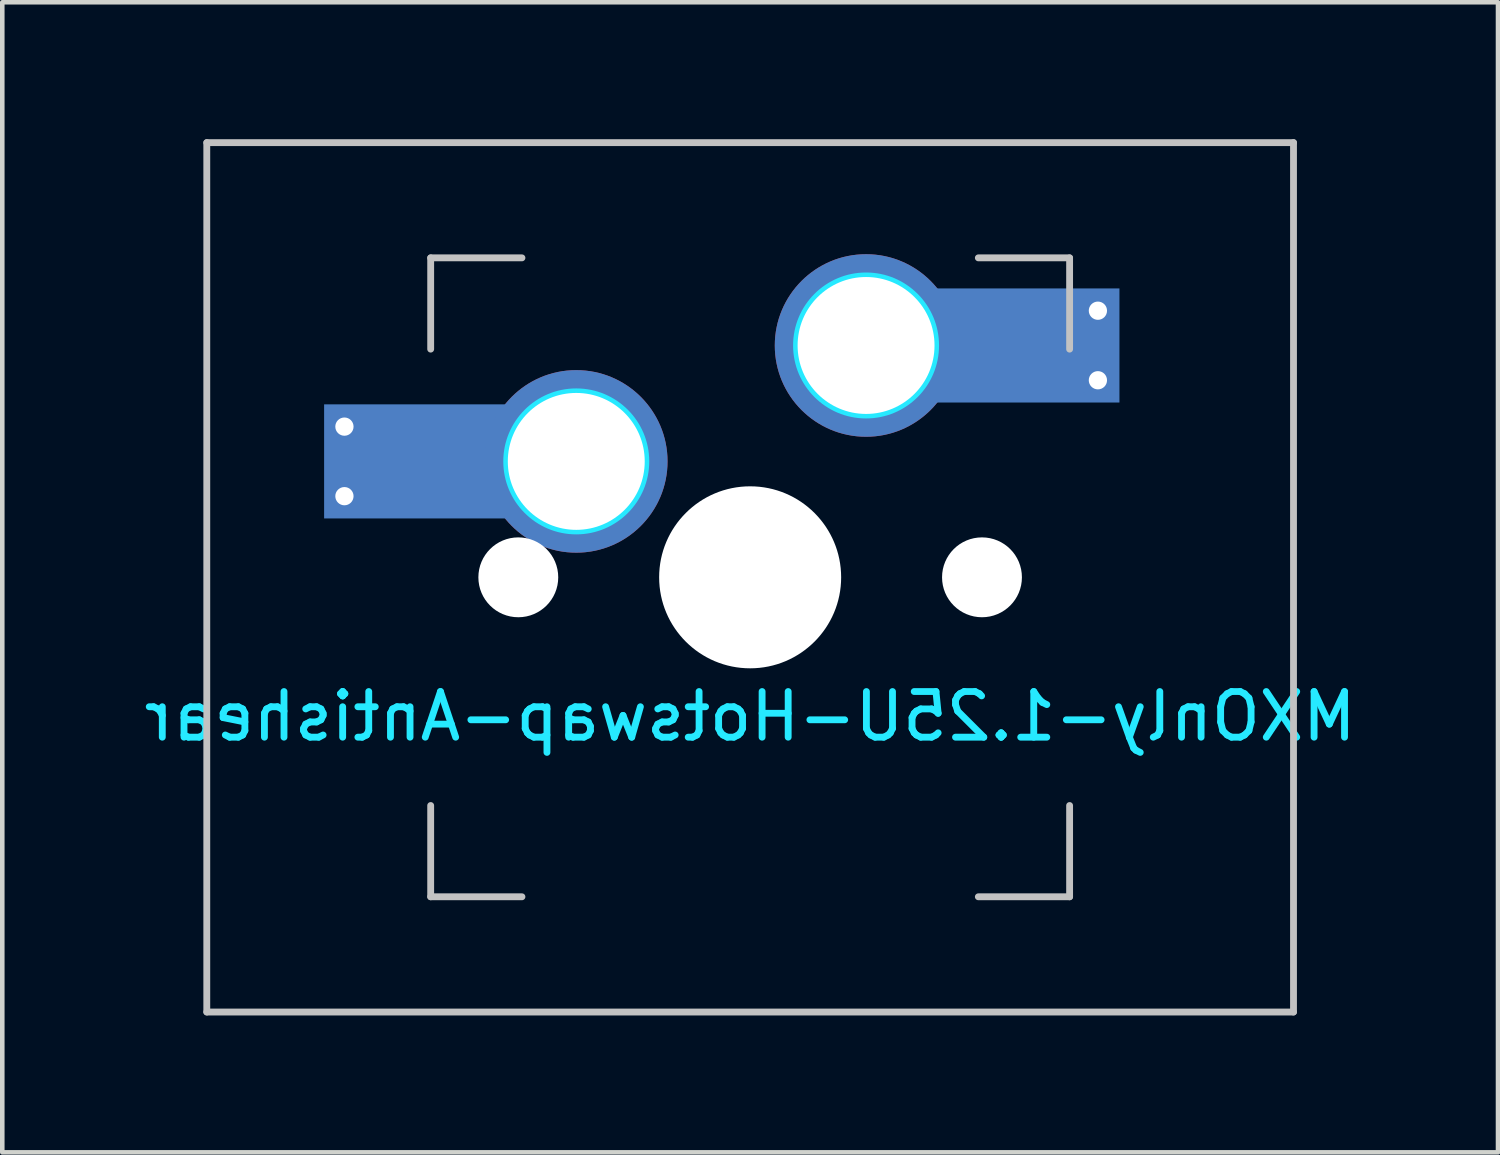
<source format=kicad_pcb>
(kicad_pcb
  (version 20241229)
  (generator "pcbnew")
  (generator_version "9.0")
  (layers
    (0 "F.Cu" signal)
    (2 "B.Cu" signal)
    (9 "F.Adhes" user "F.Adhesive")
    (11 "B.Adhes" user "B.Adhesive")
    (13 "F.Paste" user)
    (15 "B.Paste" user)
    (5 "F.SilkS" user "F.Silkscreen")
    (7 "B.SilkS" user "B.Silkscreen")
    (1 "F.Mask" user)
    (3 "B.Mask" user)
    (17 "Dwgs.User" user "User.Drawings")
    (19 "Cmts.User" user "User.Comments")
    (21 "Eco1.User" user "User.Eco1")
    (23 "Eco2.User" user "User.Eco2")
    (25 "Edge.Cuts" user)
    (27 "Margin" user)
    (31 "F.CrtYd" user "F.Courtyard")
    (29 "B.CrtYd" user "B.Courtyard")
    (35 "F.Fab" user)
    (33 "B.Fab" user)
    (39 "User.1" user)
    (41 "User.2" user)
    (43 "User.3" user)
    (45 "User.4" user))
  (footprint "MXOnly-1.25U-Hotswap-Antishear"
    (layer "F.Cu")
    (at 13.387 9.6)
    (property "Reference" "MXOnly-1.25U-Hotswap-Antishear" (at 0 3.048 0) (layer "B.CrtYd") (effects (font (size 1 1) (thickness 0.15)) (justify mirror)))
    (attr smd)
    (fp_line (start -11.906 -9.525) (end 11.906 -9.525) (stroke (width 0.15) (type solid)) (layer "Dwgs.User"))
    (fp_line (start -11.906 9.525) (end -11.906 -9.525) (stroke (width 0.15) (type solid)) (layer "Dwgs.User"))
    (fp_line (start -7 -7) (end -7 -5) (stroke (width 0.15) (type solid)) (layer "Dwgs.User"))
    (fp_line (start -7 5) (end -7 7) (stroke (width 0.15) (type solid)) (layer "Dwgs.User"))
    (fp_line (start -7 7) (end -5 7) (stroke (width 0.15) (type solid)) (layer "Dwgs.User"))
    (fp_line (start -5 -7) (end -7 -7) (stroke (width 0.15) (type solid)) (layer "Dwgs.User"))
    (fp_line (start 5 -7) (end 7 -7) (stroke (width 0.15) (type solid)) (layer "Dwgs.User"))
    (fp_line (start 5 7) (end 7 7) (stroke (width 0.15) (type solid)) (layer "Dwgs.User"))
    (fp_line (start 7 -7) (end 7 -5) (stroke (width 0.15) (type solid)) (layer "Dwgs.User"))
    (fp_line (start 7 7) (end 7 5) (stroke (width 0.15) (type solid)) (layer "Dwgs.User"))
    (fp_line (start 11.906 -9.525) (end 11.906 9.525) (stroke (width 0.15) (type solid)) (layer "Dwgs.User"))
    (fp_line (start 11.906 9.525) (end -11.906 9.525) (stroke (width 0.15) (type solid)) (layer "Dwgs.User"))
    (fp_circle (center -3.81 -2.54) (end -3.81 -4.064) (stroke (width 0.15) (type solid)) (fill no) (layer "B.CrtYd"))
    (fp_circle (center 2.54 -5.08) (end 2.54 -6.604) (stroke (width 0.15) (type solid)) (fill no) (layer "B.CrtYd"))
    (pad "" smd rect (at -7.085 -2.54) (size 2.55 2.5) (layers "B.Mask" "B.Paste"))
    (pad "" np_thru_hole circle (at -5.08 0 48.1) (size 1.75 1.75) (drill 1.75) (layers "*.Cu" "*.Mask"))
    (pad "" np_thru_hole circle (at 0 0) (size 3.988 3.988) (drill 3.988) (layers "*.Cu" "*.Mask"))
    (pad "" np_thru_hole circle (at 5.08 0 48.1) (size 1.75 1.75) (drill 1.75) (layers "*.Cu" "*.Mask"))
    (pad "" smd rect (at 5.815 -5.08) (size 2.55 2.5) (layers "B.Mask" "B.Paste"))
    (pad "1" thru_hole circle (at -8.89 -3.302) (size 0.8 0.8) (drill 0.4) (layers "*.Cu"))
    (pad "1" thru_hole circle (at -8.89 -1.778) (size 0.8 0.8) (drill 0.4) (layers "*.Cu"))
    (pad "1" smd rect (at -7.085 -2.54) (size 4.5 2.5) (layers "B.Cu"))
    (pad "1" thru_hole circle (at -3.81 -2.54) (size 4 4) (drill 3) (layers "*.Cu"))
    (pad "2" thru_hole circle (at 2.54 -5.08) (size 4 4) (drill 3) (layers "*.Cu"))
    (pad "2" smd rect (at 5.842 -5.08) (size 4.5 2.5) (layers "B.Cu"))
    (pad "2" thru_hole circle (at 7.62 -5.842) (size 0.8 0.8) (drill 0.4) (layers "*.Cu"))
    (pad "2" thru_hole circle (at 7.62 -4.318) (size 0.8 0.8) (drill 0.4) (layers "*.Cu")))
  (gr_rect
    (start -3 -3)
    (end 29.774 22.2)
    (stroke (width 0.1) (type default))
    (fill no)
    (layer "Edge.Cuts")))
</source>
